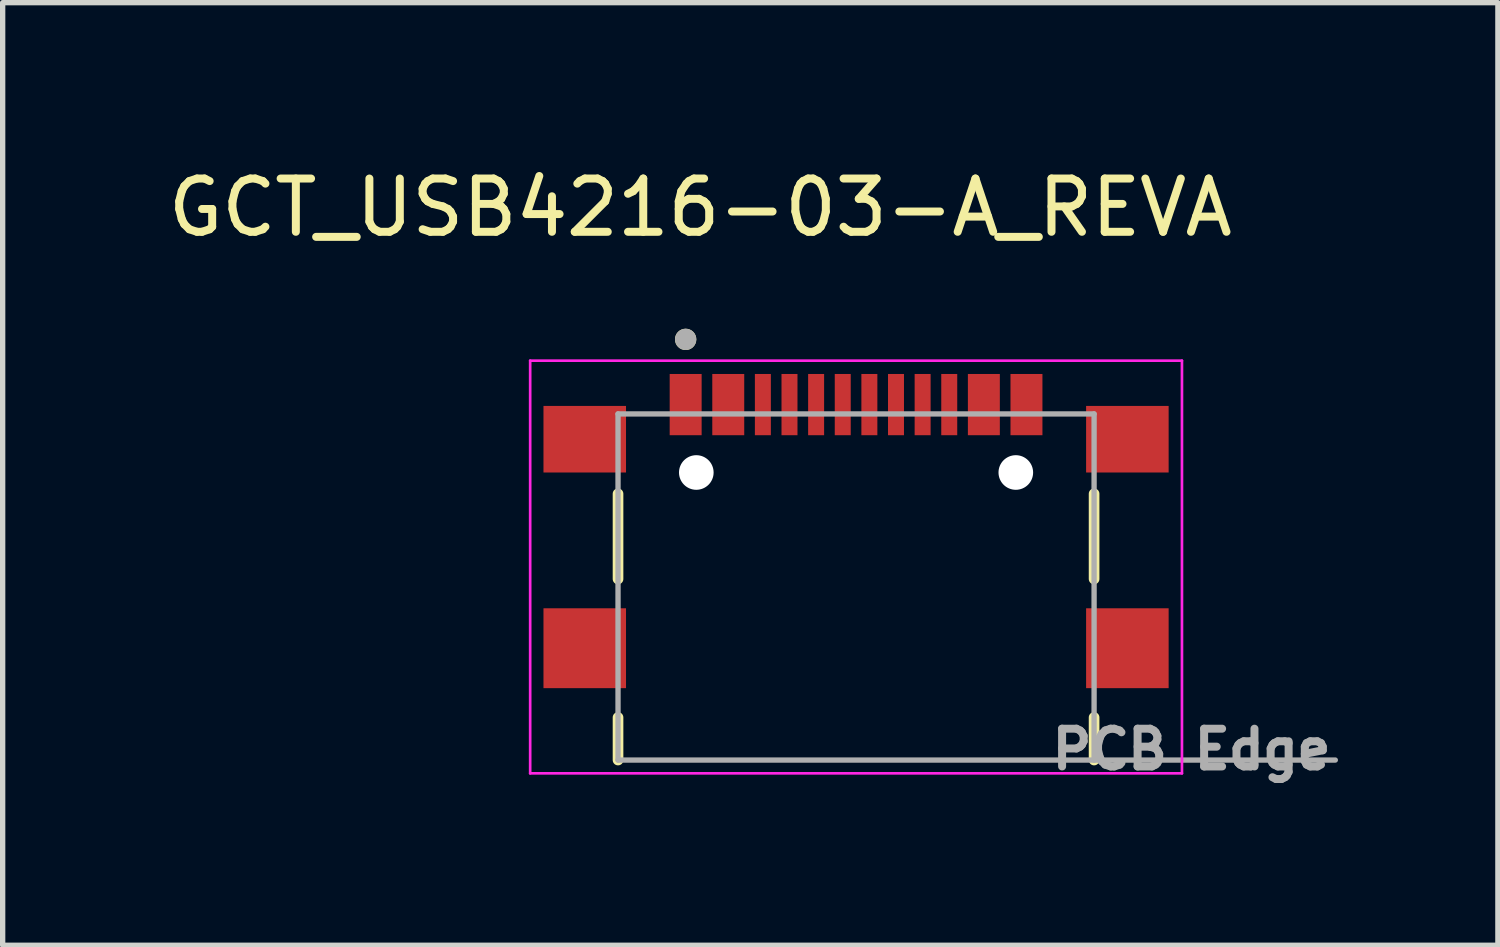
<source format=kicad_pcb>
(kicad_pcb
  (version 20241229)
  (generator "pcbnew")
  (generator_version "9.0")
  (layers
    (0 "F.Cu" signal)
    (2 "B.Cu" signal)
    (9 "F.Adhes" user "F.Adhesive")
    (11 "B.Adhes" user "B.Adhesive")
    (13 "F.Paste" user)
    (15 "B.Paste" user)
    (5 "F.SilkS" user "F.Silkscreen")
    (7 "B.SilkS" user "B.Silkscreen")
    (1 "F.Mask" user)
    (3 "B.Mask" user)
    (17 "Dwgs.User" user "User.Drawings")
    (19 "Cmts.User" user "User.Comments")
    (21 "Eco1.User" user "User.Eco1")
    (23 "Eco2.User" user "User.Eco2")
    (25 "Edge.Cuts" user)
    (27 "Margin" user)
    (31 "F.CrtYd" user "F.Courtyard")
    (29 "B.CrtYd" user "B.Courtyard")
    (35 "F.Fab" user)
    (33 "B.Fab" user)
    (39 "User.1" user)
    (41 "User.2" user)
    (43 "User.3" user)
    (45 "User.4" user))
  (footprint "GCT_USB4216-03-A_REVA"
    (layer "F.Cu")
    (at 13.026 7.973)
    (property "Reference" "GCT_USB4216-03-A_REVA" (at -2.925 -7.125 0) (layer "F.SilkS") (effects (font (size 1 1) (thickness 0.15))))
    (attr smd)
    (fp_line (start -4.47 -1.75) (end -4.47 -0.15) (stroke (width 0.2) (type solid)) (layer "F.SilkS"))
    (fp_line (start -4.47 2.45) (end -4.47 3.25) (stroke (width 0.2) (type solid)) (layer "F.SilkS"))
    (fp_line (start 4.47 -1.75) (end 4.47 -0.15) (stroke (width 0.2) (type solid)) (layer "F.SilkS"))
    (fp_line (start 4.47 2.45) (end 4.47 3.25) (stroke (width 0.2) (type solid)) (layer "F.SilkS"))
    (fp_circle (center -3.2 -4.65) (end -3.1 -4.65) (stroke (width 0.2) (type solid)) (fill no) (layer "F.SilkS"))
    (fp_line (start -6.12 -4.25) (end -6.12 3.5) (stroke (width 0.05) (type solid)) (layer "F.CrtYd"))
    (fp_line (start -6.12 3.5) (end 6.12 3.5) (stroke (width 0.05) (type solid)) (layer "F.CrtYd"))
    (fp_line (start 6.12 -4.25) (end -6.12 -4.25) (stroke (width 0.05) (type solid)) (layer "F.CrtYd"))
    (fp_line (start 6.12 3.5) (end 6.12 -4.25) (stroke (width 0.05) (type solid)) (layer "F.CrtYd"))
    (fp_line (start -4.47 -3.25) (end -4.47 3.25) (stroke (width 0.1) (type solid)) (layer "F.Fab"))
    (fp_line (start -4.47 3.25) (end 4.47 3.25) (stroke (width 0.1) (type solid)) (layer "F.Fab"))
    (fp_line (start 4.47 -3.25) (end -4.47 -3.25) (stroke (width 0.1) (type solid)) (layer "F.Fab"))
    (fp_line (start 4.47 3.25) (end 4.47 -3.25) (stroke (width 0.1) (type solid)) (layer "F.Fab"))
    (fp_line (start 4.47 3.25) (end 9 3.25) (stroke (width 0.1) (type solid)) (layer "F.Fab"))
    (fp_circle (center -3.2 -4.65) (end -3.1 -4.65) (stroke (width 0.2) (type solid)) (fill no) (layer "F.Fab"))
    (fp_text user "PCB Edge" (at 6.3 3.05 0) (layer "F.Fab") (effects (font (size 0.709 0.709) (thickness 0.15))))
    (pad "" np_thru_hole circle (at -3 -2.15) (size 0.65 0.65) (drill 0.65) (layers "*.Cu" "*.Mask"))
    (pad "" np_thru_hole circle (at 3 -2.15) (size 0.65 0.65) (drill 0.65) (layers "*.Cu" "*.Mask"))
    (pad "A1_B12" smd rect (at -3.2 -3.425) (size 0.6 1.15) (layers "F.Cu" "F.Mask" "F.Paste"))
    (pad "A4_B9" smd rect (at -2.4 -3.425) (size 0.6 1.15) (layers "F.Cu" "F.Mask" "F.Paste"))
    (pad "A5" smd rect (at -1.25 -3.425) (size 0.3 1.15) (layers "F.Cu" "F.Mask" "F.Paste"))
    (pad "A6" smd rect (at -0.25 -3.425) (size 0.3 1.15) (layers "F.Cu" "F.Mask" "F.Paste"))
    (pad "A7" smd rect (at 0.25 -3.425) (size 0.3 1.15) (layers "F.Cu" "F.Mask" "F.Paste"))
    (pad "A8" smd rect (at 1.25 -3.425) (size 0.3 1.15) (layers "F.Cu" "F.Mask" "F.Paste"))
    (pad "B1_A12" smd rect (at 3.2 -3.425) (size 0.6 1.15) (layers "F.Cu" "F.Mask" "F.Paste"))
    (pad "B4_A9" smd rect (at 2.4 -3.425) (size 0.6 1.15) (layers "F.Cu" "F.Mask" "F.Paste"))
    (pad "B5" smd rect (at 1.75 -3.425) (size 0.3 1.15) (layers "F.Cu" "F.Mask" "F.Paste"))
    (pad "B6" smd rect (at 0.75 -3.425) (size 0.3 1.15) (layers "F.Cu" "F.Mask" "F.Paste"))
    (pad "B7" smd rect (at -0.75 -3.425) (size 0.3 1.15) (layers "F.Cu" "F.Mask" "F.Paste"))
    (pad "B8" smd rect (at -1.75 -3.425) (size 0.3 1.15) (layers "F.Cu" "F.Mask" "F.Paste"))
    (pad "SH1" smd rect (at -5.095 -2.775) (size 1.55 1.25) (layers "F.Cu" "F.Mask" "F.Paste"))
    (pad "SH2" smd rect (at 5.095 -2.775) (size 1.55 1.25) (layers "F.Cu" "F.Mask" "F.Paste"))
    (pad "SH3" smd rect (at -5.095 1.15) (size 1.55 1.5) (layers "F.Cu" "F.Mask" "F.Paste"))
    (pad "SH4" smd rect (at 5.095 1.15) (size 1.55 1.5) (layers "F.Cu" "F.Mask" "F.Paste")))
  (gr_rect
    (start -3 -3)
    (end 25.079 14.701)
    (stroke (width 0.1) (type default))
    (fill no)
    (layer "Edge.Cuts")))
</source>
